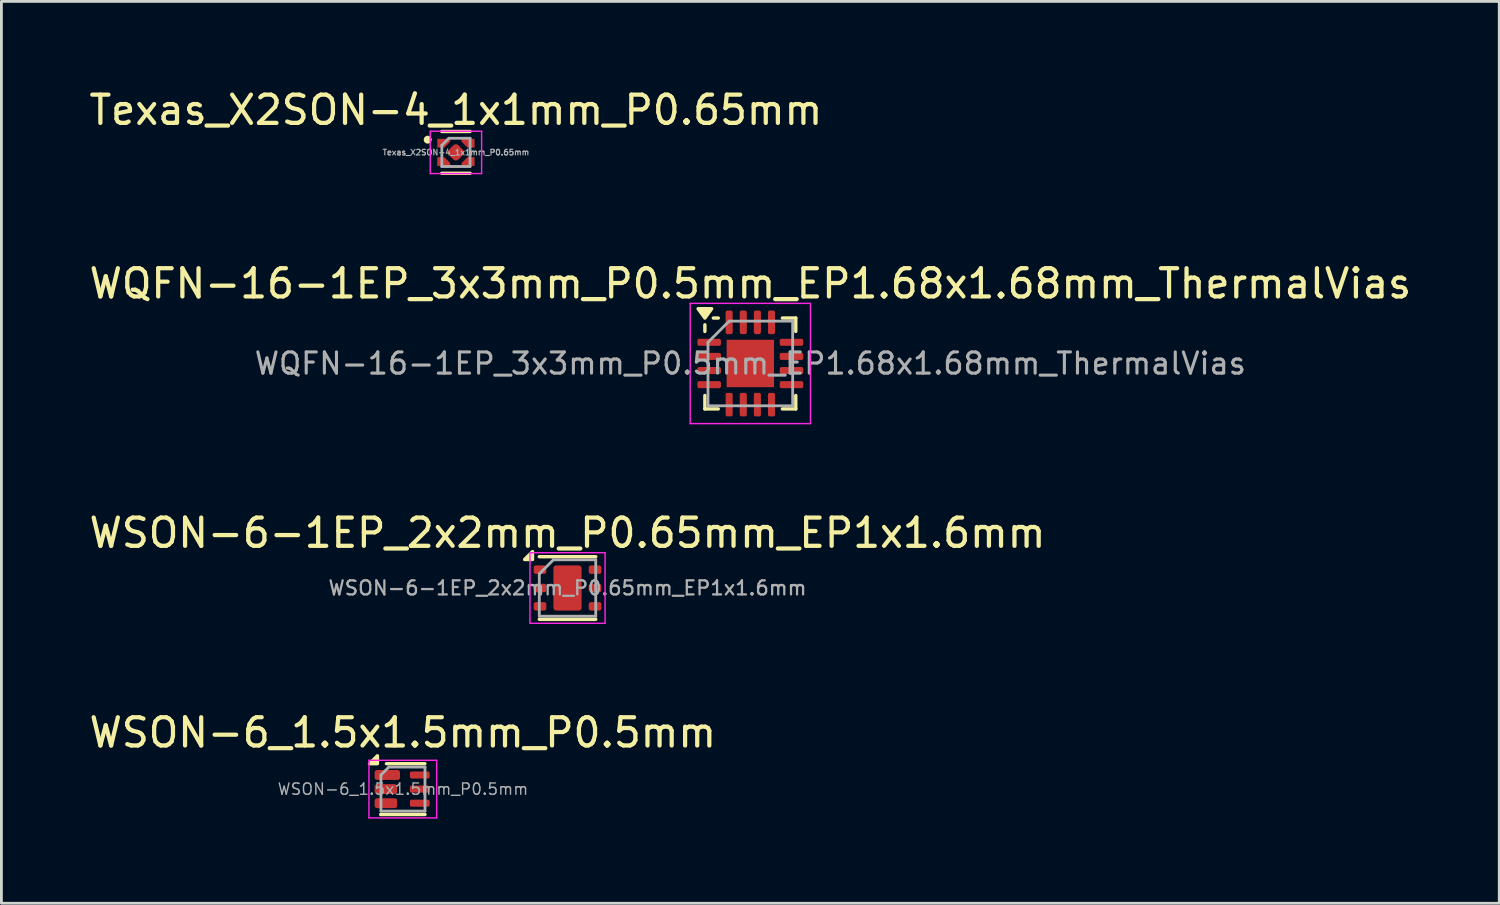
<source format=kicad_pcb>
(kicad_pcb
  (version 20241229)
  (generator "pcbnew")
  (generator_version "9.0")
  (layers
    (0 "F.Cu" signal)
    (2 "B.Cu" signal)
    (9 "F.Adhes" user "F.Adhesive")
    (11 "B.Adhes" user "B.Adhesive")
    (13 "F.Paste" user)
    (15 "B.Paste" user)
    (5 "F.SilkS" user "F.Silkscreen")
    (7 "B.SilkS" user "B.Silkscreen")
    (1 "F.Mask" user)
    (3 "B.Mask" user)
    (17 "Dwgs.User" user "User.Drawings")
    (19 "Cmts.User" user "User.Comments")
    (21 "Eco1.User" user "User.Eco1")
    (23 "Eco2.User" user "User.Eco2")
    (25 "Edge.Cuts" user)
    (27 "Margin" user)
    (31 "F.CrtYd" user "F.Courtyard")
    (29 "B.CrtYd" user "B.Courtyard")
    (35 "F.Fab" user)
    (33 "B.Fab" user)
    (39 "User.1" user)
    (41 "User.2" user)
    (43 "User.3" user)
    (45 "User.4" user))
  (footprint "WSON-6-1EP_2x2mm_P0.65mm_EP1x1.6mm"
    (layer "F.Cu")
    (at 17.054 17.78)
    (property "Reference" "WSON-6-1EP_2x2mm_P0.65mm_EP1x1.6mm" (at 0 -1.95 0) (layer "F.SilkS") (effects (font (size 1 1) (thickness 0.15))))
    (attr smd)
    (fp_line (start -1 -1.11) (end 1 -1.11) (stroke (width 0.12) (type solid)) (layer "F.SilkS"))
    (fp_line (start -1 1.11) (end 1 1.11) (stroke (width 0.12) (type solid)) (layer "F.SilkS"))
    (fp_poly (pts (xy -1.24 -1.01) (xy -1.52 -1.01) (xy -1.24 -1.29) (xy -1.24 -1.01)) (stroke (width 0.12) (type solid)) (fill yes) (layer "F.SilkS"))
    (fp_line (start -1.33 -1.25) (end -1.33 1.25) (stroke (width 0.05) (type solid)) (layer "F.CrtYd"))
    (fp_line (start -1.33 1.25) (end 1.33 1.25) (stroke (width 0.05) (type solid)) (layer "F.CrtYd"))
    (fp_line (start 1.33 -1.25) (end -1.33 -1.25) (stroke (width 0.05) (type solid)) (layer "F.CrtYd"))
    (fp_line (start 1.33 1.25) (end 1.33 -1.25) (stroke (width 0.05) (type solid)) (layer "F.CrtYd"))
    (fp_line (start -1 -0.5) (end -0.5 -1) (stroke (width 0.1) (type solid)) (layer "F.Fab"))
    (fp_line (start -1 1) (end -1 -0.5) (stroke (width 0.1) (type solid)) (layer "F.Fab"))
    (fp_line (start -0.5 -1) (end 1 -1) (stroke (width 0.1) (type solid)) (layer "F.Fab"))
    (fp_line (start 1 -1) (end 1 1) (stroke (width 0.1) (type solid)) (layer "F.Fab"))
    (fp_line (start 1 1) (end -1 1) (stroke (width 0.1) (type solid)) (layer "F.Fab"))
    (fp_text user "${REFERENCE}" (at 0 0 0) (layer "F.Fab") (effects (font (size 0.5 0.5) (thickness 0.08))))
    (pad "" smd roundrect (at 0 -0.45) (size 1 0.7) (layers "F.Paste") (roundrect_rratio 0.25))
    (pad "" smd roundrect (at 0 0.45) (size 1 0.7) (layers "F.Paste") (roundrect_rratio 0.25))
    (pad "1" smd roundrect (at -0.975 -0.65) (size 0.45 0.3) (layers "F.Cu" "F.Mask" "F.Paste") (roundrect_rratio 0.25))
    (pad "2" smd roundrect (at -0.975 0) (size 0.45 0.3) (layers "F.Cu" "F.Mask" "F.Paste") (roundrect_rratio 0.25))
    (pad "3" smd roundrect (at -0.975 0.65) (size 0.45 0.3) (layers "F.Cu" "F.Mask" "F.Paste") (roundrect_rratio 0.25))
    (pad "4" smd roundrect (at 0.975 0.65) (size 0.45 0.3) (layers "F.Cu" "F.Mask" "F.Paste") (roundrect_rratio 0.25))
    (pad "5" smd roundrect (at 0.975 0) (size 0.45 0.3) (layers "F.Cu" "F.Mask" "F.Paste") (roundrect_rratio 0.25))
    (pad "6" smd roundrect (at 0.975 -0.65) (size 0.45 0.3) (layers "F.Cu" "F.Mask" "F.Paste") (roundrect_rratio 0.25))
    (pad "7" smd roundrect (at 0 0) (size 1 1.6) (property pad_prop_heatsink) (layers "F.Cu" "F.Mask") (roundrect_rratio 0.1)))
  (footprint "WQFN-16-1EP_3x3mm_P0.5mm_EP1.68x1.68mm_ThermalVias"
    (layer "F.Cu")
    (at 23.53 9.826)
    (property "Reference" "WQFN-16-1EP_3x3mm_P0.5mm_EP1.68x1.68mm_ThermalVias" (at 0 -2.83 0) (layer "F.SilkS") (effects (font (size 1 1) (thickness 0.15))))
    (attr smd)
    (fp_line (start -1.61 -1.135) (end -1.61 -1.37) (stroke (width 0.12) (type solid)) (layer "F.SilkS"))
    (fp_line (start -1.61 1.61) (end -1.61 1.135) (stroke (width 0.12) (type solid)) (layer "F.SilkS"))
    (fp_line (start -1.135 -1.61) (end -1.31 -1.61) (stroke (width 0.12) (type solid)) (layer "F.SilkS"))
    (fp_line (start -1.135 1.61) (end -1.61 1.61) (stroke (width 0.12) (type solid)) (layer "F.SilkS"))
    (fp_line (start 1.135 -1.61) (end 1.61 -1.61) (stroke (width 0.12) (type solid)) (layer "F.SilkS"))
    (fp_line (start 1.135 1.61) (end 1.61 1.61) (stroke (width 0.12) (type solid)) (layer "F.SilkS"))
    (fp_line (start 1.61 -1.61) (end 1.61 -1.135) (stroke (width 0.12) (type solid)) (layer "F.SilkS"))
    (fp_line (start 1.61 1.61) (end 1.61 1.135) (stroke (width 0.12) (type solid)) (layer "F.SilkS"))
    (fp_poly (pts (xy -1.61 -1.61) (xy -1.85 -1.94) (xy -1.37 -1.94) (xy -1.61 -1.61)) (stroke (width 0.12) (type solid)) (fill yes) (layer "F.SilkS"))
    (fp_line (start -2.13 -2.13) (end -2.13 2.13) (stroke (width 0.05) (type solid)) (layer "F.CrtYd"))
    (fp_line (start -2.13 2.13) (end 2.13 2.13) (stroke (width 0.05) (type solid)) (layer "F.CrtYd"))
    (fp_line (start 2.13 -2.13) (end -2.13 -2.13) (stroke (width 0.05) (type solid)) (layer "F.CrtYd"))
    (fp_line (start 2.13 2.13) (end 2.13 -2.13) (stroke (width 0.05) (type solid)) (layer "F.CrtYd"))
    (fp_line (start -1.5 -0.75) (end -0.75 -1.5) (stroke (width 0.1) (type solid)) (layer "F.Fab"))
    (fp_line (start -1.5 1.5) (end -1.5 -0.75) (stroke (width 0.1) (type solid)) (layer "F.Fab"))
    (fp_line (start -0.75 -1.5) (end 1.5 -1.5) (stroke (width 0.1) (type solid)) (layer "F.Fab"))
    (fp_line (start 1.5 -1.5) (end 1.5 1.5) (stroke (width 0.1) (type solid)) (layer "F.Fab"))
    (fp_line (start 1.5 1.5) (end -1.5 1.5) (stroke (width 0.1) (type solid)) (layer "F.Fab"))
    (fp_text user "${REFERENCE}" (at 0 0 0) (layer "F.Fab") (effects (font (size 0.75 0.75) (thickness 0.11))))
    (pad "" smd roundrect (at -0.42 -0.42) (size 0.73 0.73) (layers "F.Paste") (roundrect_rratio 0.25))
    (pad "" smd roundrect (at -0.42 0.42) (size 0.73 0.73) (layers "F.Paste") (roundrect_rratio 0.25))
    (pad "" smd roundrect (at 0.42 -0.42) (size 0.73 0.73) (layers "F.Paste") (roundrect_rratio 0.25))
    (pad "" smd roundrect (at 0.42 0.42) (size 0.73 0.73) (layers "F.Paste") (roundrect_rratio 0.25))
    (pad "1" smd roundrect (at -1.458 -0.75) (size 0.835 0.25) (layers "F.Cu" "F.Mask" "F.Paste") (roundrect_rratio 0.25))
    (pad "2" smd roundrect (at -1.458 -0.25) (size 0.835 0.25) (layers "F.Cu" "F.Mask" "F.Paste") (roundrect_rratio 0.25))
    (pad "3" smd roundrect (at -1.458 0.25) (size 0.835 0.25) (layers "F.Cu" "F.Mask" "F.Paste") (roundrect_rratio 0.25))
    (pad "4" smd roundrect (at -1.458 0.75) (size 0.835 0.25) (layers "F.Cu" "F.Mask" "F.Paste") (roundrect_rratio 0.25))
    (pad "5" smd roundrect (at -0.75 1.458) (size 0.25 0.835) (layers "F.Cu" "F.Mask" "F.Paste") (roundrect_rratio 0.25))
    (pad "6" smd roundrect (at -0.25 1.458) (size 0.25 0.835) (layers "F.Cu" "F.Mask" "F.Paste") (roundrect_rratio 0.25))
    (pad "7" smd roundrect (at 0.25 1.458) (size 0.25 0.835) (layers "F.Cu" "F.Mask" "F.Paste") (roundrect_rratio 0.25))
    (pad "8" smd roundrect (at 0.75 1.458) (size 0.25 0.835) (layers "F.Cu" "F.Mask" "F.Paste") (roundrect_rratio 0.25))
    (pad "9" smd roundrect (at 1.458 0.75) (size 0.835 0.25) (layers "F.Cu" "F.Mask" "F.Paste") (roundrect_rratio 0.25))
    (pad "10" smd roundrect (at 1.458 0.25) (size 0.835 0.25) (layers "F.Cu" "F.Mask" "F.Paste") (roundrect_rratio 0.25))
    (pad "11" smd roundrect (at 1.458 -0.25) (size 0.835 0.25) (layers "F.Cu" "F.Mask" "F.Paste") (roundrect_rratio 0.25))
    (pad "12" smd roundrect (at 1.458 -0.75) (size 0.835 0.25) (layers "F.Cu" "F.Mask" "F.Paste") (roundrect_rratio 0.25))
    (pad "13" smd roundrect (at 0.75 -1.458) (size 0.25 0.835) (layers "F.Cu" "F.Mask" "F.Paste") (roundrect_rratio 0.25))
    (pad "14" smd roundrect (at 0.25 -1.458) (size 0.25 0.835) (layers "F.Cu" "F.Mask" "F.Paste") (roundrect_rratio 0.25))
    (pad "15" smd roundrect (at -0.25 -1.458) (size 0.25 0.835) (layers "F.Cu" "F.Mask" "F.Paste") (roundrect_rratio 0.25))
    (pad "16" smd roundrect (at -0.75 -1.458) (size 0.25 0.835) (layers "F.Cu" "F.Mask" "F.Paste") (roundrect_rratio 0.25))
    (pad "17" smd rect (at 0 0) (size 1.68 1.68) (property pad_prop_heatsink) (layers "F.Cu" "F.Mask")))
  (footprint "WSON-6_1.5x1.5mm_P0.5mm"
    (layer "F.Cu")
    (at 11.22 24.903)
    (property "Reference" "WSON-6_1.5x1.5mm_P0.5mm" (at 0 -2 0) (layer "F.SilkS") (effects (font (size 1 1) (thickness 0.15))))
    (attr smd)
    (fp_line (start -0.785 0.9) (end 0.785 0.9) (stroke (width 0.12) (type solid)) (layer "F.SilkS"))
    (fp_line (start -0.58 -0.9) (end 0.78 -0.9) (stroke (width 0.12) (type solid)) (layer "F.SilkS"))
    (fp_poly (pts (xy -0.9 -0.9) (xy -1.18 -0.9) (xy -0.9 -1.18) (xy -0.9 -0.9)) (stroke (width 0.12) (type solid)) (fill yes) (layer "F.SilkS"))
    (fp_line (start -1.2 1.02) (end -1.2 -1.02) (stroke (width 0.05) (type solid)) (layer "F.CrtYd"))
    (fp_line (start -1.2 1.02) (end 1.2 1.02) (stroke (width 0.05) (type solid)) (layer "F.CrtYd"))
    (fp_line (start 1.2 -1.02) (end -1.2 -1.02) (stroke (width 0.05) (type solid)) (layer "F.CrtYd"))
    (fp_line (start 1.2 -1.02) (end 1.2 1.02) (stroke (width 0.05) (type solid)) (layer "F.CrtYd"))
    (fp_line (start -0.775 -0.5) (end -0.775 0.78) (stroke (width 0.1) (type solid)) (layer "F.Fab"))
    (fp_line (start -0.775 0.78) (end 0.785 0.78) (stroke (width 0.1) (type solid)) (layer "F.Fab"))
    (fp_line (start -0.495 -0.78) (end -0.775 -0.5) (stroke (width 0.1) (type solid)) (layer "F.Fab"))
    (fp_line (start 0.785 -0.78) (end -0.495 -0.78) (stroke (width 0.1) (type solid)) (layer "F.Fab"))
    (fp_line (start 0.785 -0.78) (end 0.785 0.78) (stroke (width 0.1) (type solid)) (layer "F.Fab"))
    (fp_text user "${REFERENCE}" (at 0.005 0 0) (layer "F.Fab") (effects (font (size 0.4 0.4) (thickness 0.05))))
    (pad "1" smd roundrect (at -0.55 -0.5 270) (size 0.35 0.9) (layers "F.Cu" "F.Mask" "F.Paste") (roundrect_rratio 0.25))
    (pad "2" smd roundrect (at -0.6 0 270) (size 0.35 0.8) (layers "F.Cu" "F.Mask" "F.Paste") (roundrect_rratio 0.25))
    (pad "3" smd roundrect (at -0.6 0.5 270) (size 0.35 0.8) (layers "F.Cu" "F.Mask" "F.Paste") (roundrect_rratio 0.25))
    (pad "4" smd roundrect (at 0.6 0.5 270) (size 0.25 0.7) (layers "F.Cu" "F.Mask" "F.Paste") (roundrect_rratio 0.25))
    (pad "5" smd roundrect (at 0.6 0 270) (size 0.25 0.7) (layers "F.Cu" "F.Mask" "F.Paste") (roundrect_rratio 0.25))
    (pad "6" smd roundrect (at 0.6 -0.5 270) (size 0.25 0.7) (layers "F.Cu" "F.Mask" "F.Paste") (roundrect_rratio 0.25)))
  (footprint "Texas_X2SON-4_1x1mm_P0.65mm"
    (layer "F.Cu")
    (at 13.101 2.348)
    (property "Reference" "Texas_X2SON-4_1x1mm_P0.65mm" (at 0 -1.5 0) (layer "F.SilkS") (effects (font (size 1 1) (thickness 0.15))))
    (attr smd)
    (fp_line (start -0.5 -0.74) (end 0.5 -0.74) (stroke (width 0.12) (type solid)) (layer "F.SilkS"))
    (fp_line (start -0.5 0.74) (end 0.5 0.74) (stroke (width 0.12) (type solid)) (layer "F.SilkS"))
    (fp_circle (center -1 -0.45) (end -0.86 -0.46) (stroke (width 0) (type solid)) (fill yes) (layer "F.SilkS"))
    (fp_line (start -0.91 -0.75) (end 0.91 -0.75) (stroke (width 0.05) (type solid)) (layer "F.CrtYd"))
    (fp_line (start -0.91 0.75) (end -0.91 -0.75) (stroke (width 0.05) (type solid)) (layer "F.CrtYd"))
    (fp_line (start 0.91 -0.75) (end 0.91 0.75) (stroke (width 0.05) (type solid)) (layer "F.CrtYd"))
    (fp_line (start 0.91 0.75) (end -0.91 0.75) (stroke (width 0.05) (type solid)) (layer "F.CrtYd"))
    (fp_line (start -0.5 -0.25) (end -0.25 -0.5) (stroke (width 0.1) (type solid)) (layer "F.Fab"))
    (fp_line (start -0.5 0.5) (end -0.5 -0.25) (stroke (width 0.1) (type solid)) (layer "F.Fab"))
    (fp_line (start -0.25 -0.5) (end 0.5 -0.5) (stroke (width 0.1) (type solid)) (layer "F.Fab"))
    (fp_line (start 0.5 -0.5) (end 0.5 0.5) (stroke (width 0.1) (type solid)) (layer "F.Fab"))
    (fp_line (start 0.5 0.5) (end -0.5 0.5) (stroke (width 0.1) (type solid)) (layer "F.Fab"))
    (fp_text user "${REFERENCE}" (at 0 0 0) (layer "F.Fab") (effects (font (size 0.2 0.2) (thickness 0.04))))
    (pad "" smd custom (at -0.43 -0.325) (size 0.148 0.148) (layers "F.Mask") (options (anchor circle)) (primitives (gr_poly (pts (xy 0.18 -0.075) (xy 0 0.105) (xy -0.18 0.105) (xy -0.18 -0.105) (xy 0.18 -0.105)) (width 0) (fill yes))))
    (pad "" smd custom (at -0.43 -0.325) (size 0.148 0.148) (layers "F.Paste") (options (anchor circle)) (primitives (gr_poly (pts (xy 0.18 -0.075) (xy 0 0.105) (xy -0.22 0.105) (xy -0.22 -0.105) (xy 0.18 -0.105)) (width 0) (fill yes))))
    (pad "" smd custom (at -0.43 0.325) (size 0.148 0.148) (layers "F.Mask") (options (anchor circle)) (primitives (gr_poly (pts (xy 0.18 0.075) (xy 0.18 0.105) (xy -0.18 0.105) (xy -0.18 -0.105) (xy 0 -0.105)) (width 0) (fill yes))))
    (pad "" smd custom (at -0.43 0.325) (size 0.148 0.148) (layers "F.Paste") (options (anchor circle)) (primitives (gr_poly (pts (xy 0.18 0.075) (xy 0.18 0.105) (xy -0.22 0.105) (xy -0.22 -0.105) (xy 0 -0.105)) (width 0) (fill yes))))
    (pad "" smd custom (at 0.43 -0.325) (size 0.148 0.148) (layers "F.Mask") (options (anchor circle)) (primitives (gr_poly (pts (xy 0.18 0.105) (xy 0 0.105) (xy -0.18 -0.075) (xy -0.18 -0.105) (xy 0.18 -0.105)) (width 0) (fill yes))))
    (pad "" smd custom (at 0.43 -0.325) (size 0.148 0.148) (layers "F.Paste") (options (anchor circle)) (primitives (gr_poly (pts (xy 0.22 0.105) (xy 0 0.105) (xy -0.18 -0.075) (xy -0.18 -0.105) (xy 0.22 -0.105)) (width 0) (fill yes))))
    (pad "" smd custom (at 0.43 0.325) (size 0.148 0.148) (layers "F.Mask") (options (anchor circle)) (primitives (gr_poly (pts (xy 0.18 0.105) (xy -0.18 0.105) (xy -0.18 0.075) (xy 0 -0.105) (xy 0.18 -0.105)) (width 0) (fill yes))))
    (pad "" smd custom (at 0.43 0.325) (size 0.148 0.148) (layers "F.Paste") (options (anchor circle)) (primitives (gr_poly (pts (xy 0.22 0.105) (xy -0.18 0.105) (xy -0.18 0.075) (xy 0 -0.105) (xy 0.22 -0.105)) (width 0) (fill yes))))
    (pad "1" smd custom (at -0.43 -0.325) (size 0.148 0.148) (layers "F.Cu") (options (anchor circle)) (primitives (gr_poly (pts (xy 0.23 -0.054) (xy 0.021 0.155) (xy -0.23 0.155) (xy -0.23 -0.155) (xy 0.23 -0.155)) (width 0) (fill yes))))
    (pad "2" smd custom (at -0.43 0.325) (size 0.148 0.148) (layers "F.Cu") (options (anchor circle)) (primitives (gr_poly (pts (xy 0.23 0.054) (xy 0.23 0.155) (xy -0.23 0.155) (xy -0.23 -0.155) (xy 0.021 -0.155)) (width 0) (fill yes))))
    (pad "3" smd custom (at 0.43 0.325) (size 0.148 0.148) (layers "F.Cu") (options (anchor circle)) (primitives (gr_poly (pts (xy 0.23 0.155) (xy -0.23 0.155) (xy -0.23 0.054) (xy -0.021 -0.155) (xy 0.23 -0.155)) (width 0) (fill yes))))
    (pad "4" smd custom (at 0.43 -0.325) (size 0.148 0.148) (layers "F.Cu") (options (anchor circle)) (primitives (gr_poly (pts (xy 0.23 0.155) (xy -0.021 0.155) (xy -0.23 -0.054) (xy -0.23 -0.155) (xy 0.23 -0.155)) (width 0) (fill yes))))
    (pad "5" smd roundrect (at 0 0 45) (size 0.48 0.48) (layers "F.Cu" "F.Mask" "F.Paste") (roundrect_rratio 0.25)))
  (gr_rect
    (start -3 -3)
    (end 50.06 28.948)
    (stroke (width 0.1) (type default))
    (fill no)
    (layer "Edge.Cuts")))
</source>
